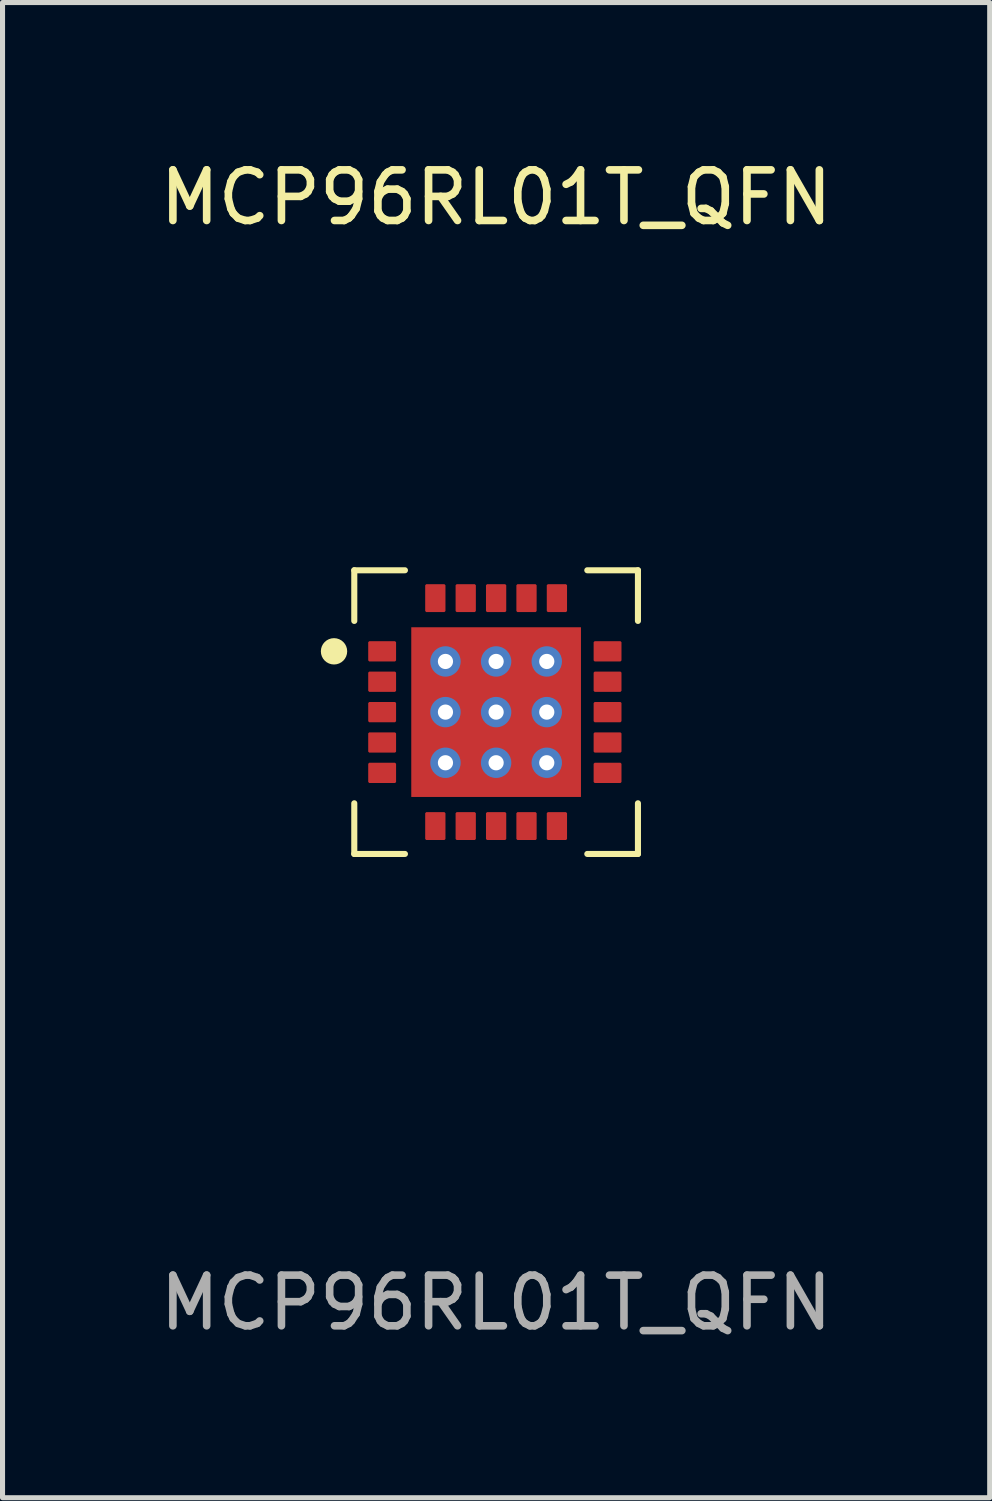
<source format=kicad_pcb>
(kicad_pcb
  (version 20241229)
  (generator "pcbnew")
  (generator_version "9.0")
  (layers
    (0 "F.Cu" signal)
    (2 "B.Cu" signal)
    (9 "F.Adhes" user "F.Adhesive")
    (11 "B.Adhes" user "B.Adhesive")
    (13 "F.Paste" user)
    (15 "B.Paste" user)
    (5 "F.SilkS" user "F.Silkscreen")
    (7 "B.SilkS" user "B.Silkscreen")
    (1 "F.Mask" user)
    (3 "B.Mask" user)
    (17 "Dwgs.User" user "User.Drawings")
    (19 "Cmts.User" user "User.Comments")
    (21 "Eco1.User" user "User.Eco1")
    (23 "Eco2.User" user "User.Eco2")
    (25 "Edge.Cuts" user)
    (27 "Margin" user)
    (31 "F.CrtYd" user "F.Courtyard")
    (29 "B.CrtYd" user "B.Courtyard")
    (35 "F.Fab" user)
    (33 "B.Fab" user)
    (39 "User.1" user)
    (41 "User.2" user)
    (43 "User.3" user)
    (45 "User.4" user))
  (footprint "MCP96RL01T_QFN"
    (layer "F.Cu")
    (at 6.744 11.008)
    (property "Reference" "MCP96RL01T_QFN" (at 0 -10.16 0) (unlocked yes) (layer "F.SilkS") (effects (font (size 1 1) (thickness 0.15))))
    (fp_line (start -2.8 -2.8) (end -2.8 -1.8) (stroke (width 0.12) (type solid)) (layer "F.SilkS"))
    (fp_line (start -2.8 1.8) (end -2.8 2.8) (stroke (width 0.12) (type solid)) (layer "F.SilkS"))
    (fp_line (start -2.8 2.8) (end -1.8 2.8) (stroke (width 0.12) (type solid)) (layer "F.SilkS"))
    (fp_line (start -1.8 -2.8) (end -2.8 -2.8) (stroke (width 0.12) (type solid)) (layer "F.SilkS"))
    (fp_line (start 1.8 2.8) (end 2.8 2.8) (stroke (width 0.12) (type solid)) (layer "F.SilkS"))
    (fp_line (start 2.8 -2.8) (end 1.8 -2.8) (stroke (width 0.12) (type solid)) (layer "F.SilkS"))
    (fp_line (start 2.8 -1.8) (end 2.8 -2.8) (stroke (width 0.12) (type solid)) (layer "F.SilkS"))
    (fp_line (start 2.8 2.8) (end 2.8 1.8) (stroke (width 0.12) (type solid)) (layer "F.SilkS"))
    (fp_circle (center -3.2 -1.2) (end -3 -1.2) (stroke (width 0.12) (type solid)) (fill yes) (layer "F.SilkS"))
    (fp_rect (start -2.25 -2.25) (end 2.25 2.25) (stroke (width 0.06) (type solid)) (fill no) (layer "User.1"))
    (fp_text user "${REFERENCE}" (at 0 11.66 0) (unlocked yes) (layer "F.Fab") (effects (font (size 1 1) (thickness 0.15))))
    (pad "1" smd roundrect (at -2.25 -1.2) (size 0.55 0.4) (layers "F.Cu" "F.Mask" "F.Paste") (roundrect_rratio 0) (chamfer_ratio 0.05) (chamfer top_left top_right bottom_left bottom_right))
    (pad "2" smd roundrect (at -2.25 -0.6) (size 0.55 0.4) (layers "F.Cu" "F.Mask" "F.Paste") (roundrect_rratio 0) (chamfer_ratio 0.05) (chamfer top_left top_right bottom_left bottom_right))
    (pad "3" smd roundrect (at -2.25 0) (size 0.55 0.4) (layers "F.Cu" "F.Mask" "F.Paste") (roundrect_rratio 0) (chamfer_ratio 0.05) (chamfer top_left top_right bottom_left bottom_right))
    (pad "4" smd roundrect (at -2.25 0.6) (size 0.55 0.4) (layers "F.Cu" "F.Mask" "F.Paste") (roundrect_rratio 0) (chamfer_ratio 0.05) (chamfer top_left top_right bottom_left bottom_right))
    (pad "5" smd roundrect (at -2.25 1.2) (size 0.55 0.4) (layers "F.Cu" "F.Mask" "F.Paste") (roundrect_rratio 0) (chamfer_ratio 0.05) (chamfer top_left top_right bottom_left bottom_right))
    (pad "6" smd roundrect (at -1.2 2.25 90) (size 0.55 0.4) (layers "F.Cu" "F.Mask" "F.Paste") (roundrect_rratio 0) (chamfer_ratio 0.05) (chamfer top_left top_right bottom_left bottom_right))
    (pad "7" smd roundrect (at -0.6 2.25 90) (size 0.55 0.4) (layers "F.Cu" "F.Mask" "F.Paste") (roundrect_rratio 0) (chamfer_ratio 0.05) (chamfer top_left top_right bottom_left bottom_right))
    (pad "8" smd roundrect (at 0 2.25 90) (size 0.55 0.4) (layers "F.Cu" "F.Mask" "F.Paste") (roundrect_rratio 0) (chamfer_ratio 0.05) (chamfer top_left top_right bottom_left bottom_right))
    (pad "9" smd roundrect (at 0.6 2.25 90) (size 0.55 0.4) (layers "F.Cu" "F.Mask" "F.Paste") (roundrect_rratio 0) (chamfer_ratio 0.05) (chamfer top_left top_right bottom_left bottom_right))
    (pad "10" smd roundrect (at 1.2 2.25 90) (size 0.55 0.4) (layers "F.Cu" "F.Mask" "F.Paste") (roundrect_rratio 0) (chamfer_ratio 0.05) (chamfer top_left top_right bottom_left bottom_right))
    (pad "11" smd roundrect (at 2.2 1.2) (size 0.55 0.4) (layers "F.Cu" "F.Mask" "F.Paste") (roundrect_rratio 0) (chamfer_ratio 0.05) (chamfer top_left top_right bottom_left bottom_right))
    (pad "12" smd roundrect (at 2.2 0.6) (size 0.55 0.4) (layers "F.Cu" "F.Mask" "F.Paste") (roundrect_rratio 0) (chamfer_ratio 0.05) (chamfer top_left top_right bottom_left bottom_right))
    (pad "13" smd roundrect (at 2.2 0) (size 0.55 0.4) (layers "F.Cu" "F.Mask" "F.Paste") (roundrect_rratio 0) (chamfer_ratio 0.05) (chamfer top_left top_right bottom_left bottom_right))
    (pad "14" smd roundrect (at 2.2 -0.6) (size 0.55 0.4) (layers "F.Cu" "F.Mask" "F.Paste") (roundrect_rratio 0) (chamfer_ratio 0.05) (chamfer top_left top_right bottom_left bottom_right))
    (pad "15" smd roundrect (at 2.2 -1.2) (size 0.55 0.4) (layers "F.Cu" "F.Mask" "F.Paste") (roundrect_rratio 0) (chamfer_ratio 0.05) (chamfer top_left top_right bottom_left bottom_right))
    (pad "16" smd roundrect (at 1.2 -2.25 90) (size 0.55 0.4) (layers "F.Cu" "F.Mask" "F.Paste") (roundrect_rratio 0) (chamfer_ratio 0.05) (chamfer top_left top_right bottom_left bottom_right))
    (pad "17" smd roundrect (at 0.6 -2.25 90) (size 0.55 0.4) (layers "F.Cu" "F.Mask" "F.Paste") (roundrect_rratio 0) (chamfer_ratio 0.05) (chamfer top_left top_right bottom_left bottom_right))
    (pad "18" smd roundrect (at 0 -2.25 90) (size 0.55 0.4) (layers "F.Cu" "F.Mask" "F.Paste") (roundrect_rratio 0) (chamfer_ratio 0.05) (chamfer top_left top_right bottom_left bottom_right))
    (pad "19" smd roundrect (at -0.6 -2.25 90) (size 0.55 0.4) (layers "F.Cu" "F.Mask" "F.Paste") (roundrect_rratio 0) (chamfer_ratio 0.05) (chamfer top_left top_right bottom_left bottom_right))
    (pad "20" smd roundrect (at -1.2 -2.25 90) (size 0.55 0.4) (layers "F.Cu" "F.Mask" "F.Paste") (roundrect_rratio 0) (chamfer_ratio 0.05) (chamfer top_left top_right bottom_left bottom_right))
    (pad "21" thru_hole circle (at -1 -1) (size 0.6 0.6) (drill 0.3) (property pad_prop_heatsink) (layers "*.Cu" "*.Mask" "B.Paste"))
    (pad "21" thru_hole circle (at -1 0) (size 0.6 0.6) (drill 0.3) (property pad_prop_heatsink) (layers "*.Cu" "*.Mask" "B.Paste"))
    (pad "21" thru_hole circle (at -1 1) (size 0.6 0.6) (drill 0.3) (property pad_prop_heatsink) (layers "*.Cu" "*.Mask" "B.Paste"))
    (pad "21" thru_hole circle (at 0 -1) (size 0.6 0.6) (drill 0.3) (property pad_prop_heatsink) (layers "*.Cu" "*.Mask" "B.Paste"))
    (pad "21" thru_hole circle (at 0 0) (size 0.6 0.6) (drill 0.3) (property pad_prop_heatsink) (layers "*.Cu" "*.Mask" "B.Paste"))
    (pad "21" smd custom (at 0 0 90) (size 3.35 3.35) (property pad_prop_heatsink) (layers "F.Cu" "F.Mask" "F.Paste") (options (anchor rect)) (primitives))
    (pad "21" thru_hole circle (at 0 1) (size 0.6 0.6) (drill 0.3) (property pad_prop_heatsink) (layers "*.Cu" "*.Mask" "B.Paste"))
    (pad "21" thru_hole circle (at 1 -1) (size 0.6 0.6) (drill 0.3) (property pad_prop_heatsink) (layers "*.Cu" "*.Mask" "B.Paste"))
    (pad "21" thru_hole circle (at 1 0) (size 0.6 0.6) (drill 0.3) (property pad_prop_heatsink) (layers "*.Cu" "*.Mask" "B.Paste"))
    (pad "21" thru_hole circle (at 1 1) (size 0.6 0.6) (drill 0.3) (property pad_prop_heatsink) (layers "*.Cu" "*.Mask" "B.Paste")))
  (gr_rect
    (start -3 -3)
    (end 16.488 26.517)
    (stroke (width 0.1) (type default))
    (fill no)
    (layer "Edge.Cuts")))
</source>
